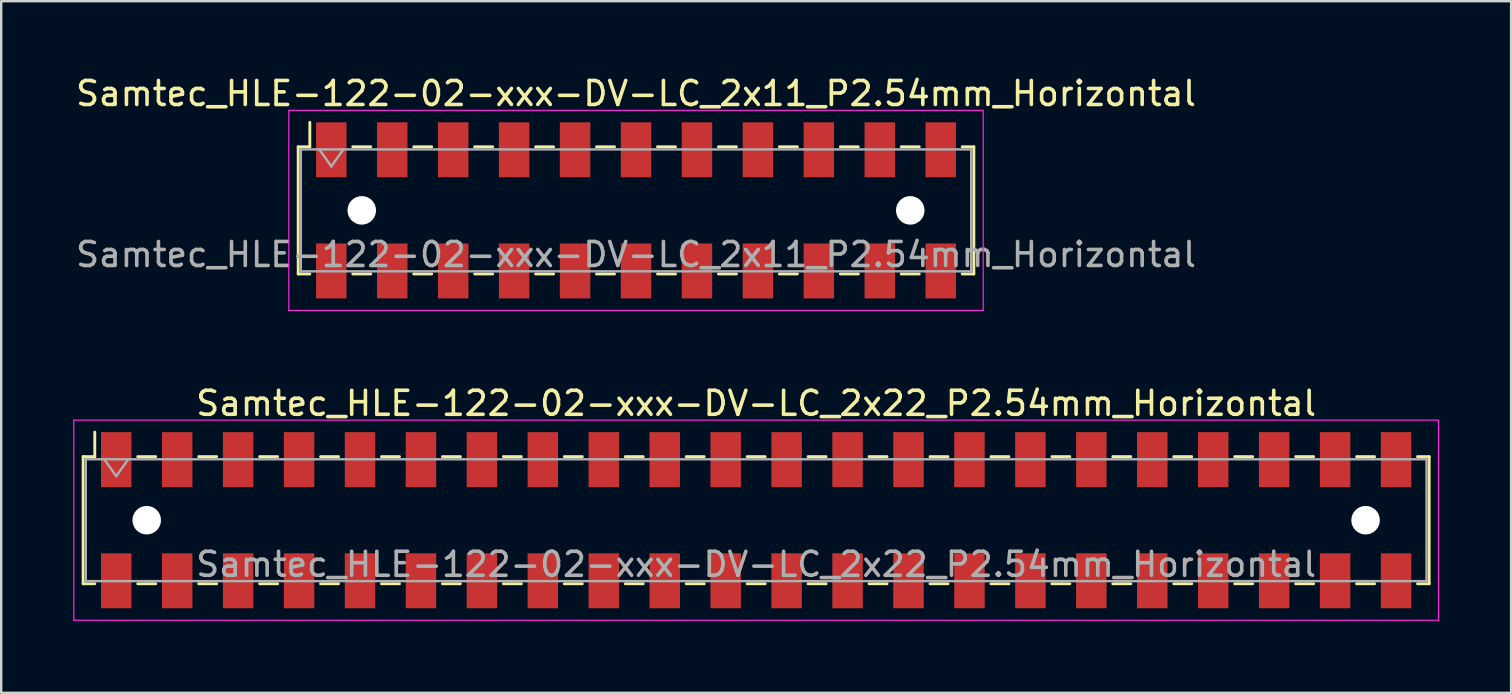
<source format=kicad_pcb>
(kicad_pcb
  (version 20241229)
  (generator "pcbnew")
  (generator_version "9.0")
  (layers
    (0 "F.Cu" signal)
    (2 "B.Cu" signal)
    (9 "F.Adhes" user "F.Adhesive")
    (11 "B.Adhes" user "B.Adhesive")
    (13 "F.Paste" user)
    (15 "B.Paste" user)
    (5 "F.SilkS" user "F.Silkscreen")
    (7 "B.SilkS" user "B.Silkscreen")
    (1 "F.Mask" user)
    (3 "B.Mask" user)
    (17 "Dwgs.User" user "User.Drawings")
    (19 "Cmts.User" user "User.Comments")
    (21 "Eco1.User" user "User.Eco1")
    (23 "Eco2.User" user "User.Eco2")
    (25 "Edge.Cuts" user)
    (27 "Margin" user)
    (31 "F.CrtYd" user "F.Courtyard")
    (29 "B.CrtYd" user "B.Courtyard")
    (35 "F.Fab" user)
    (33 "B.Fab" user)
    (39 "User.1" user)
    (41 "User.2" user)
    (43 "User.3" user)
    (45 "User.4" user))
  (footprint "Samtec_HLE-122-02-xxx-DV-LC_2x11_P2.54mm_Horizontal"
    (layer "F.Cu")
    (at 23.458 5.718)
    (property "Reference" "Samtec_HLE-122-02-xxx-DV-LC_2x11_P2.54mm_Horizontal" (at 0 -4.87 0) (layer "F.SilkS") (effects (font (size 1 1) (thickness 0.15))))
    (attr smd)
    (fp_line (start -14.08 -2.65) (end -14.08 2.65) (stroke (width 0.12) (type solid)) (layer "F.SilkS"))
    (fp_line (start -14.08 2.65) (end -13.595 2.65) (stroke (width 0.12) (type solid)) (layer "F.SilkS"))
    (fp_line (start -13.595 -3.67) (end -13.595 -2.65) (stroke (width 0.12) (type solid)) (layer "F.SilkS"))
    (fp_line (start -13.595 -2.65) (end -14.08 -2.65) (stroke (width 0.12) (type solid)) (layer "F.SilkS"))
    (fp_line (start -11.805 -2.65) (end -11.055 -2.65) (stroke (width 0.12) (type solid)) (layer "F.SilkS"))
    (fp_line (start -11.805 2.65) (end -11.055 2.65) (stroke (width 0.12) (type solid)) (layer "F.SilkS"))
    (fp_line (start -9.265 -2.65) (end -8.515 -2.65) (stroke (width 0.12) (type solid)) (layer "F.SilkS"))
    (fp_line (start -9.265 2.65) (end -8.515 2.65) (stroke (width 0.12) (type solid)) (layer "F.SilkS"))
    (fp_line (start -6.725 -2.65) (end -5.975 -2.65) (stroke (width 0.12) (type solid)) (layer "F.SilkS"))
    (fp_line (start -6.725 2.65) (end -5.975 2.65) (stroke (width 0.12) (type solid)) (layer "F.SilkS"))
    (fp_line (start -4.185 -2.65) (end -3.435 -2.65) (stroke (width 0.12) (type solid)) (layer "F.SilkS"))
    (fp_line (start -4.185 2.65) (end -3.435 2.65) (stroke (width 0.12) (type solid)) (layer "F.SilkS"))
    (fp_line (start -1.645 -2.65) (end -0.895 -2.65) (stroke (width 0.12) (type solid)) (layer "F.SilkS"))
    (fp_line (start -1.645 2.65) (end -0.895 2.65) (stroke (width 0.12) (type solid)) (layer "F.SilkS"))
    (fp_line (start 0.895 -2.65) (end 1.645 -2.65) (stroke (width 0.12) (type solid)) (layer "F.SilkS"))
    (fp_line (start 0.895 2.65) (end 1.645 2.65) (stroke (width 0.12) (type solid)) (layer "F.SilkS"))
    (fp_line (start 3.435 -2.65) (end 4.185 -2.65) (stroke (width 0.12) (type solid)) (layer "F.SilkS"))
    (fp_line (start 3.435 2.65) (end 4.185 2.65) (stroke (width 0.12) (type solid)) (layer "F.SilkS"))
    (fp_line (start 5.975 -2.65) (end 6.725 -2.65) (stroke (width 0.12) (type solid)) (layer "F.SilkS"))
    (fp_line (start 5.975 2.65) (end 6.725 2.65) (stroke (width 0.12) (type solid)) (layer "F.SilkS"))
    (fp_line (start 8.515 -2.65) (end 9.265 -2.65) (stroke (width 0.12) (type solid)) (layer "F.SilkS"))
    (fp_line (start 8.515 2.65) (end 9.265 2.65) (stroke (width 0.12) (type solid)) (layer "F.SilkS"))
    (fp_line (start 11.055 -2.65) (end 11.805 -2.65) (stroke (width 0.12) (type solid)) (layer "F.SilkS"))
    (fp_line (start 11.055 2.65) (end 11.805 2.65) (stroke (width 0.12) (type solid)) (layer "F.SilkS"))
    (fp_line (start 13.595 -2.65) (end 14.08 -2.65) (stroke (width 0.12) (type solid)) (layer "F.SilkS"))
    (fp_line (start 14.08 -2.65) (end 14.08 2.65) (stroke (width 0.12) (type solid)) (layer "F.SilkS"))
    (fp_line (start 14.08 2.65) (end 13.595 2.65) (stroke (width 0.12) (type solid)) (layer "F.SilkS"))
    (fp_line (start -14.47 -4.17) (end 14.47 -4.17) (stroke (width 0.05) (type solid)) (layer "F.CrtYd"))
    (fp_line (start -14.47 4.17) (end -14.47 -4.17) (stroke (width 0.05) (type solid)) (layer "F.CrtYd"))
    (fp_line (start 14.47 -4.17) (end 14.47 4.17) (stroke (width 0.05) (type solid)) (layer "F.CrtYd"))
    (fp_line (start 14.47 4.17) (end -14.47 4.17) (stroke (width 0.05) (type solid)) (layer "F.CrtYd"))
    (fp_line (start -13.97 -2.54) (end 13.97 -2.54) (stroke (width 0.1) (type solid)) (layer "F.Fab"))
    (fp_line (start -13.97 2.54) (end -13.97 -2.54) (stroke (width 0.1) (type solid)) (layer "F.Fab"))
    (fp_line (start -13.2 -2.54) (end -12.7 -1.833) (stroke (width 0.1) (type solid)) (layer "F.Fab"))
    (fp_line (start -12.7 -1.833) (end -12.2 -2.54) (stroke (width 0.1) (type solid)) (layer "F.Fab"))
    (fp_line (start 13.97 -2.54) (end 13.97 2.54) (stroke (width 0.1) (type solid)) (layer "F.Fab"))
    (fp_line (start 13.97 2.54) (end -13.97 2.54) (stroke (width 0.1) (type solid)) (layer "F.Fab"))
    (fp_text user "${REFERENCE}" (at 0 1.84 0) (layer "F.Fab") (effects (font (size 1 1) (thickness 0.15))))
    (pad "" np_thru_hole circle (at -11.43 0) (size 1.19 1.19) (drill 1.19) (layers "*.Cu" "*.Mask"))
    (pad "" np_thru_hole circle (at 11.43 0) (size 1.19 1.19) (drill 1.19) (layers "*.Cu" "*.Mask"))
    (pad "1" smd rect (at -12.7 -2.525) (size 1.27 2.29) (layers "F.Cu" "F.Mask" "F.Paste"))
    (pad "2" smd rect (at -12.7 2.525) (size 1.27 2.29) (layers "F.Cu" "F.Mask" "F.Paste"))
    (pad "3" smd rect (at -10.16 -2.525) (size 1.27 2.29) (layers "F.Cu" "F.Mask" "F.Paste"))
    (pad "4" smd rect (at -10.16 2.525) (size 1.27 2.29) (layers "F.Cu" "F.Mask" "F.Paste"))
    (pad "5" smd rect (at -7.62 -2.525) (size 1.27 2.29) (layers "F.Cu" "F.Mask" "F.Paste"))
    (pad "6" smd rect (at -7.62 2.525) (size 1.27 2.29) (layers "F.Cu" "F.Mask" "F.Paste"))
    (pad "7" smd rect (at -5.08 -2.525) (size 1.27 2.29) (layers "F.Cu" "F.Mask" "F.Paste"))
    (pad "8" smd rect (at -5.08 2.525) (size 1.27 2.29) (layers "F.Cu" "F.Mask" "F.Paste"))
    (pad "9" smd rect (at -2.54 -2.525) (size 1.27 2.29) (layers "F.Cu" "F.Mask" "F.Paste"))
    (pad "10" smd rect (at -2.54 2.525) (size 1.27 2.29) (layers "F.Cu" "F.Mask" "F.Paste"))
    (pad "11" smd rect (at 0 -2.525) (size 1.27 2.29) (layers "F.Cu" "F.Mask" "F.Paste"))
    (pad "12" smd rect (at 0 2.525) (size 1.27 2.29) (layers "F.Cu" "F.Mask" "F.Paste"))
    (pad "13" smd rect (at 2.54 -2.525) (size 1.27 2.29) (layers "F.Cu" "F.Mask" "F.Paste"))
    (pad "14" smd rect (at 2.54 2.525) (size 1.27 2.29) (layers "F.Cu" "F.Mask" "F.Paste"))
    (pad "15" smd rect (at 5.08 -2.525) (size 1.27 2.29) (layers "F.Cu" "F.Mask" "F.Paste"))
    (pad "16" smd rect (at 5.08 2.525) (size 1.27 2.29) (layers "F.Cu" "F.Mask" "F.Paste"))
    (pad "17" smd rect (at 7.62 -2.525) (size 1.27 2.29) (layers "F.Cu" "F.Mask" "F.Paste"))
    (pad "18" smd rect (at 7.62 2.525) (size 1.27 2.29) (layers "F.Cu" "F.Mask" "F.Paste"))
    (pad "19" smd rect (at 10.16 -2.525) (size 1.27 2.29) (layers "F.Cu" "F.Mask" "F.Paste"))
    (pad "20" smd rect (at 10.16 2.525) (size 1.27 2.29) (layers "F.Cu" "F.Mask" "F.Paste"))
    (pad "21" smd rect (at 12.7 -2.525) (size 1.27 2.29) (layers "F.Cu" "F.Mask" "F.Paste"))
    (pad "22" smd rect (at 12.7 2.525) (size 1.27 2.29) (layers "F.Cu" "F.Mask" "F.Paste")))
  (footprint "Samtec_HLE-122-02-xxx-DV-LC_2x22_P2.54mm_Horizontal"
    (layer "F.Cu")
    (at 28.465 18.631)
    (property "Reference" "Samtec_HLE-122-02-xxx-DV-LC_2x22_P2.54mm_Horizontal" (at 0 -4.87 0) (layer "F.SilkS") (effects (font (size 1 1) (thickness 0.15))))
    (attr smd)
    (fp_line (start -28.05 -2.65) (end -28.05 2.65) (stroke (width 0.12) (type solid)) (layer "F.SilkS"))
    (fp_line (start -28.05 2.65) (end -27.565 2.65) (stroke (width 0.12) (type solid)) (layer "F.SilkS"))
    (fp_line (start -27.565 -3.67) (end -27.565 -2.65) (stroke (width 0.12) (type solid)) (layer "F.SilkS"))
    (fp_line (start -27.565 -2.65) (end -28.05 -2.65) (stroke (width 0.12) (type solid)) (layer "F.SilkS"))
    (fp_line (start -25.775 -2.65) (end -25.025 -2.65) (stroke (width 0.12) (type solid)) (layer "F.SilkS"))
    (fp_line (start -25.775 2.65) (end -25.025 2.65) (stroke (width 0.12) (type solid)) (layer "F.SilkS"))
    (fp_line (start -23.235 -2.65) (end -22.485 -2.65) (stroke (width 0.12) (type solid)) (layer "F.SilkS"))
    (fp_line (start -23.235 2.65) (end -22.485 2.65) (stroke (width 0.12) (type solid)) (layer "F.SilkS"))
    (fp_line (start -20.695 -2.65) (end -19.945 -2.65) (stroke (width 0.12) (type solid)) (layer "F.SilkS"))
    (fp_line (start -20.695 2.65) (end -19.945 2.65) (stroke (width 0.12) (type solid)) (layer "F.SilkS"))
    (fp_line (start -18.155 -2.65) (end -17.405 -2.65) (stroke (width 0.12) (type solid)) (layer "F.SilkS"))
    (fp_line (start -18.155 2.65) (end -17.405 2.65) (stroke (width 0.12) (type solid)) (layer "F.SilkS"))
    (fp_line (start -15.615 -2.65) (end -14.865 -2.65) (stroke (width 0.12) (type solid)) (layer "F.SilkS"))
    (fp_line (start -15.615 2.65) (end -14.865 2.65) (stroke (width 0.12) (type solid)) (layer "F.SilkS"))
    (fp_line (start -13.075 -2.65) (end -12.325 -2.65) (stroke (width 0.12) (type solid)) (layer "F.SilkS"))
    (fp_line (start -13.075 2.65) (end -12.325 2.65) (stroke (width 0.12) (type solid)) (layer "F.SilkS"))
    (fp_line (start -10.535 -2.65) (end -9.785 -2.65) (stroke (width 0.12) (type solid)) (layer "F.SilkS"))
    (fp_line (start -10.535 2.65) (end -9.785 2.65) (stroke (width 0.12) (type solid)) (layer "F.SilkS"))
    (fp_line (start -7.995 -2.65) (end -7.245 -2.65) (stroke (width 0.12) (type solid)) (layer "F.SilkS"))
    (fp_line (start -7.995 2.65) (end -7.245 2.65) (stroke (width 0.12) (type solid)) (layer "F.SilkS"))
    (fp_line (start -5.455 -2.65) (end -4.705 -2.65) (stroke (width 0.12) (type solid)) (layer "F.SilkS"))
    (fp_line (start -5.455 2.65) (end -4.705 2.65) (stroke (width 0.12) (type solid)) (layer "F.SilkS"))
    (fp_line (start -2.915 -2.65) (end -2.165 -2.65) (stroke (width 0.12) (type solid)) (layer "F.SilkS"))
    (fp_line (start -2.915 2.65) (end -2.165 2.65) (stroke (width 0.12) (type solid)) (layer "F.SilkS"))
    (fp_line (start -0.375 -2.65) (end 0.375 -2.65) (stroke (width 0.12) (type solid)) (layer "F.SilkS"))
    (fp_line (start -0.375 2.65) (end 0.375 2.65) (stroke (width 0.12) (type solid)) (layer "F.SilkS"))
    (fp_line (start 2.165 -2.65) (end 2.915 -2.65) (stroke (width 0.12) (type solid)) (layer "F.SilkS"))
    (fp_line (start 2.165 2.65) (end 2.915 2.65) (stroke (width 0.12) (type solid)) (layer "F.SilkS"))
    (fp_line (start 4.705 -2.65) (end 5.455 -2.65) (stroke (width 0.12) (type solid)) (layer "F.SilkS"))
    (fp_line (start 4.705 2.65) (end 5.455 2.65) (stroke (width 0.12) (type solid)) (layer "F.SilkS"))
    (fp_line (start 7.245 -2.65) (end 7.995 -2.65) (stroke (width 0.12) (type solid)) (layer "F.SilkS"))
    (fp_line (start 7.245 2.65) (end 7.995 2.65) (stroke (width 0.12) (type solid)) (layer "F.SilkS"))
    (fp_line (start 9.785 -2.65) (end 10.535 -2.65) (stroke (width 0.12) (type solid)) (layer "F.SilkS"))
    (fp_line (start 9.785 2.65) (end 10.535 2.65) (stroke (width 0.12) (type solid)) (layer "F.SilkS"))
    (fp_line (start 12.325 -2.65) (end 13.075 -2.65) (stroke (width 0.12) (type solid)) (layer "F.SilkS"))
    (fp_line (start 12.325 2.65) (end 13.075 2.65) (stroke (width 0.12) (type solid)) (layer "F.SilkS"))
    (fp_line (start 14.865 -2.65) (end 15.615 -2.65) (stroke (width 0.12) (type solid)) (layer "F.SilkS"))
    (fp_line (start 14.865 2.65) (end 15.615 2.65) (stroke (width 0.12) (type solid)) (layer "F.SilkS"))
    (fp_line (start 17.405 -2.65) (end 18.155 -2.65) (stroke (width 0.12) (type solid)) (layer "F.SilkS"))
    (fp_line (start 17.405 2.65) (end 18.155 2.65) (stroke (width 0.12) (type solid)) (layer "F.SilkS"))
    (fp_line (start 19.945 -2.65) (end 20.695 -2.65) (stroke (width 0.12) (type solid)) (layer "F.SilkS"))
    (fp_line (start 19.945 2.65) (end 20.695 2.65) (stroke (width 0.12) (type solid)) (layer "F.SilkS"))
    (fp_line (start 22.485 -2.65) (end 23.235 -2.65) (stroke (width 0.12) (type solid)) (layer "F.SilkS"))
    (fp_line (start 22.485 2.65) (end 23.235 2.65) (stroke (width 0.12) (type solid)) (layer "F.SilkS"))
    (fp_line (start 25.025 -2.65) (end 25.775 -2.65) (stroke (width 0.12) (type solid)) (layer "F.SilkS"))
    (fp_line (start 25.025 2.65) (end 25.775 2.65) (stroke (width 0.12) (type solid)) (layer "F.SilkS"))
    (fp_line (start 27.565 -2.65) (end 28.05 -2.65) (stroke (width 0.12) (type solid)) (layer "F.SilkS"))
    (fp_line (start 28.05 -2.65) (end 28.05 2.65) (stroke (width 0.12) (type solid)) (layer "F.SilkS"))
    (fp_line (start 28.05 2.65) (end 27.565 2.65) (stroke (width 0.12) (type solid)) (layer "F.SilkS"))
    (fp_line (start -28.44 -4.17) (end 28.44 -4.17) (stroke (width 0.05) (type solid)) (layer "F.CrtYd"))
    (fp_line (start -28.44 4.17) (end -28.44 -4.17) (stroke (width 0.05) (type solid)) (layer "F.CrtYd"))
    (fp_line (start 28.44 -4.17) (end 28.44 4.17) (stroke (width 0.05) (type solid)) (layer "F.CrtYd"))
    (fp_line (start 28.44 4.17) (end -28.44 4.17) (stroke (width 0.05) (type solid)) (layer "F.CrtYd"))
    (fp_line (start -27.94 -2.54) (end 27.94 -2.54) (stroke (width 0.1) (type solid)) (layer "F.Fab"))
    (fp_line (start -27.94 2.54) (end -27.94 -2.54) (stroke (width 0.1) (type solid)) (layer "F.Fab"))
    (fp_line (start -27.17 -2.54) (end -26.67 -1.833) (stroke (width 0.1) (type solid)) (layer "F.Fab"))
    (fp_line (start -26.67 -1.833) (end -26.17 -2.54) (stroke (width 0.1) (type solid)) (layer "F.Fab"))
    (fp_line (start 27.94 -2.54) (end 27.94 2.54) (stroke (width 0.1) (type solid)) (layer "F.Fab"))
    (fp_line (start 27.94 2.54) (end -27.94 2.54) (stroke (width 0.1) (type solid)) (layer "F.Fab"))
    (fp_text user "${REFERENCE}" (at 0 1.84 0) (layer "F.Fab") (effects (font (size 1 1) (thickness 0.15))))
    (pad "" np_thru_hole circle (at -25.4 0) (size 1.19 1.19) (drill 1.19) (layers "*.Cu" "*.Mask"))
    (pad "" np_thru_hole circle (at 25.4 0) (size 1.19 1.19) (drill 1.19) (layers "*.Cu" "*.Mask"))
    (pad "1" smd rect (at -26.67 -2.525) (size 1.27 2.29) (layers "F.Cu" "F.Mask" "F.Paste"))
    (pad "2" smd rect (at -26.67 2.525) (size 1.27 2.29) (layers "F.Cu" "F.Mask" "F.Paste"))
    (pad "3" smd rect (at -24.13 -2.525) (size 1.27 2.29) (layers "F.Cu" "F.Mask" "F.Paste"))
    (pad "4" smd rect (at -24.13 2.525) (size 1.27 2.29) (layers "F.Cu" "F.Mask" "F.Paste"))
    (pad "5" smd rect (at -21.59 -2.525) (size 1.27 2.29) (layers "F.Cu" "F.Mask" "F.Paste"))
    (pad "6" smd rect (at -21.59 2.525) (size 1.27 2.29) (layers "F.Cu" "F.Mask" "F.Paste"))
    (pad "7" smd rect (at -19.05 -2.525) (size 1.27 2.29) (layers "F.Cu" "F.Mask" "F.Paste"))
    (pad "8" smd rect (at -19.05 2.525) (size 1.27 2.29) (layers "F.Cu" "F.Mask" "F.Paste"))
    (pad "9" smd rect (at -16.51 -2.525) (size 1.27 2.29) (layers "F.Cu" "F.Mask" "F.Paste"))
    (pad "10" smd rect (at -16.51 2.525) (size 1.27 2.29) (layers "F.Cu" "F.Mask" "F.Paste"))
    (pad "11" smd rect (at -13.97 -2.525) (size 1.27 2.29) (layers "F.Cu" "F.Mask" "F.Paste"))
    (pad "12" smd rect (at -13.97 2.525) (size 1.27 2.29) (layers "F.Cu" "F.Mask" "F.Paste"))
    (pad "13" smd rect (at -11.43 -2.525) (size 1.27 2.29) (layers "F.Cu" "F.Mask" "F.Paste"))
    (pad "14" smd rect (at -11.43 2.525) (size 1.27 2.29) (layers "F.Cu" "F.Mask" "F.Paste"))
    (pad "15" smd rect (at -8.89 -2.525) (size 1.27 2.29) (layers "F.Cu" "F.Mask" "F.Paste"))
    (pad "16" smd rect (at -8.89 2.525) (size 1.27 2.29) (layers "F.Cu" "F.Mask" "F.Paste"))
    (pad "17" smd rect (at -6.35 -2.525) (size 1.27 2.29) (layers "F.Cu" "F.Mask" "F.Paste"))
    (pad "18" smd rect (at -6.35 2.525) (size 1.27 2.29) (layers "F.Cu" "F.Mask" "F.Paste"))
    (pad "19" smd rect (at -3.81 -2.525) (size 1.27 2.29) (layers "F.Cu" "F.Mask" "F.Paste"))
    (pad "20" smd rect (at -3.81 2.525) (size 1.27 2.29) (layers "F.Cu" "F.Mask" "F.Paste"))
    (pad "21" smd rect (at -1.27 -2.525) (size 1.27 2.29) (layers "F.Cu" "F.Mask" "F.Paste"))
    (pad "22" smd rect (at -1.27 2.525) (size 1.27 2.29) (layers "F.Cu" "F.Mask" "F.Paste"))
    (pad "23" smd rect (at 1.27 -2.525) (size 1.27 2.29) (layers "F.Cu" "F.Mask" "F.Paste"))
    (pad "24" smd rect (at 1.27 2.525) (size 1.27 2.29) (layers "F.Cu" "F.Mask" "F.Paste"))
    (pad "25" smd rect (at 3.81 -2.525) (size 1.27 2.29) (layers "F.Cu" "F.Mask" "F.Paste"))
    (pad "26" smd rect (at 3.81 2.525) (size 1.27 2.29) (layers "F.Cu" "F.Mask" "F.Paste"))
    (pad "27" smd rect (at 6.35 -2.525) (size 1.27 2.29) (layers "F.Cu" "F.Mask" "F.Paste"))
    (pad "28" smd rect (at 6.35 2.525) (size 1.27 2.29) (layers "F.Cu" "F.Mask" "F.Paste"))
    (pad "29" smd rect (at 8.89 -2.525) (size 1.27 2.29) (layers "F.Cu" "F.Mask" "F.Paste"))
    (pad "30" smd rect (at 8.89 2.525) (size 1.27 2.29) (layers "F.Cu" "F.Mask" "F.Paste"))
    (pad "31" smd rect (at 11.43 -2.525) (size 1.27 2.29) (layers "F.Cu" "F.Mask" "F.Paste"))
    (pad "32" smd rect (at 11.43 2.525) (size 1.27 2.29) (layers "F.Cu" "F.Mask" "F.Paste"))
    (pad "33" smd rect (at 13.97 -2.525) (size 1.27 2.29) (layers "F.Cu" "F.Mask" "F.Paste"))
    (pad "34" smd rect (at 13.97 2.525) (size 1.27 2.29) (layers "F.Cu" "F.Mask" "F.Paste"))
    (pad "35" smd rect (at 16.51 -2.525) (size 1.27 2.29) (layers "F.Cu" "F.Mask" "F.Paste"))
    (pad "36" smd rect (at 16.51 2.525) (size 1.27 2.29) (layers "F.Cu" "F.Mask" "F.Paste"))
    (pad "37" smd rect (at 19.05 -2.525) (size 1.27 2.29) (layers "F.Cu" "F.Mask" "F.Paste"))
    (pad "38" smd rect (at 19.05 2.525) (size 1.27 2.29) (layers "F.Cu" "F.Mask" "F.Paste"))
    (pad "39" smd rect (at 21.59 -2.525) (size 1.27 2.29) (layers "F.Cu" "F.Mask" "F.Paste"))
    (pad "40" smd rect (at 21.59 2.525) (size 1.27 2.29) (layers "F.Cu" "F.Mask" "F.Paste"))
    (pad "41" smd rect (at 24.13 -2.525) (size 1.27 2.29) (layers "F.Cu" "F.Mask" "F.Paste"))
    (pad "42" smd rect (at 24.13 2.525) (size 1.27 2.29) (layers "F.Cu" "F.Mask" "F.Paste"))
    (pad "43" smd rect (at 26.67 -2.525) (size 1.27 2.29) (layers "F.Cu" "F.Mask" "F.Paste"))
    (pad "44" smd rect (at 26.67 2.525) (size 1.27 2.29) (layers "F.Cu" "F.Mask" "F.Paste")))
  (gr_rect
    (start -3 -3)
    (end 59.93 25.826)
    (stroke (width 0.1) (type default))
    (fill no)
    (layer "Edge.Cuts")))
</source>
